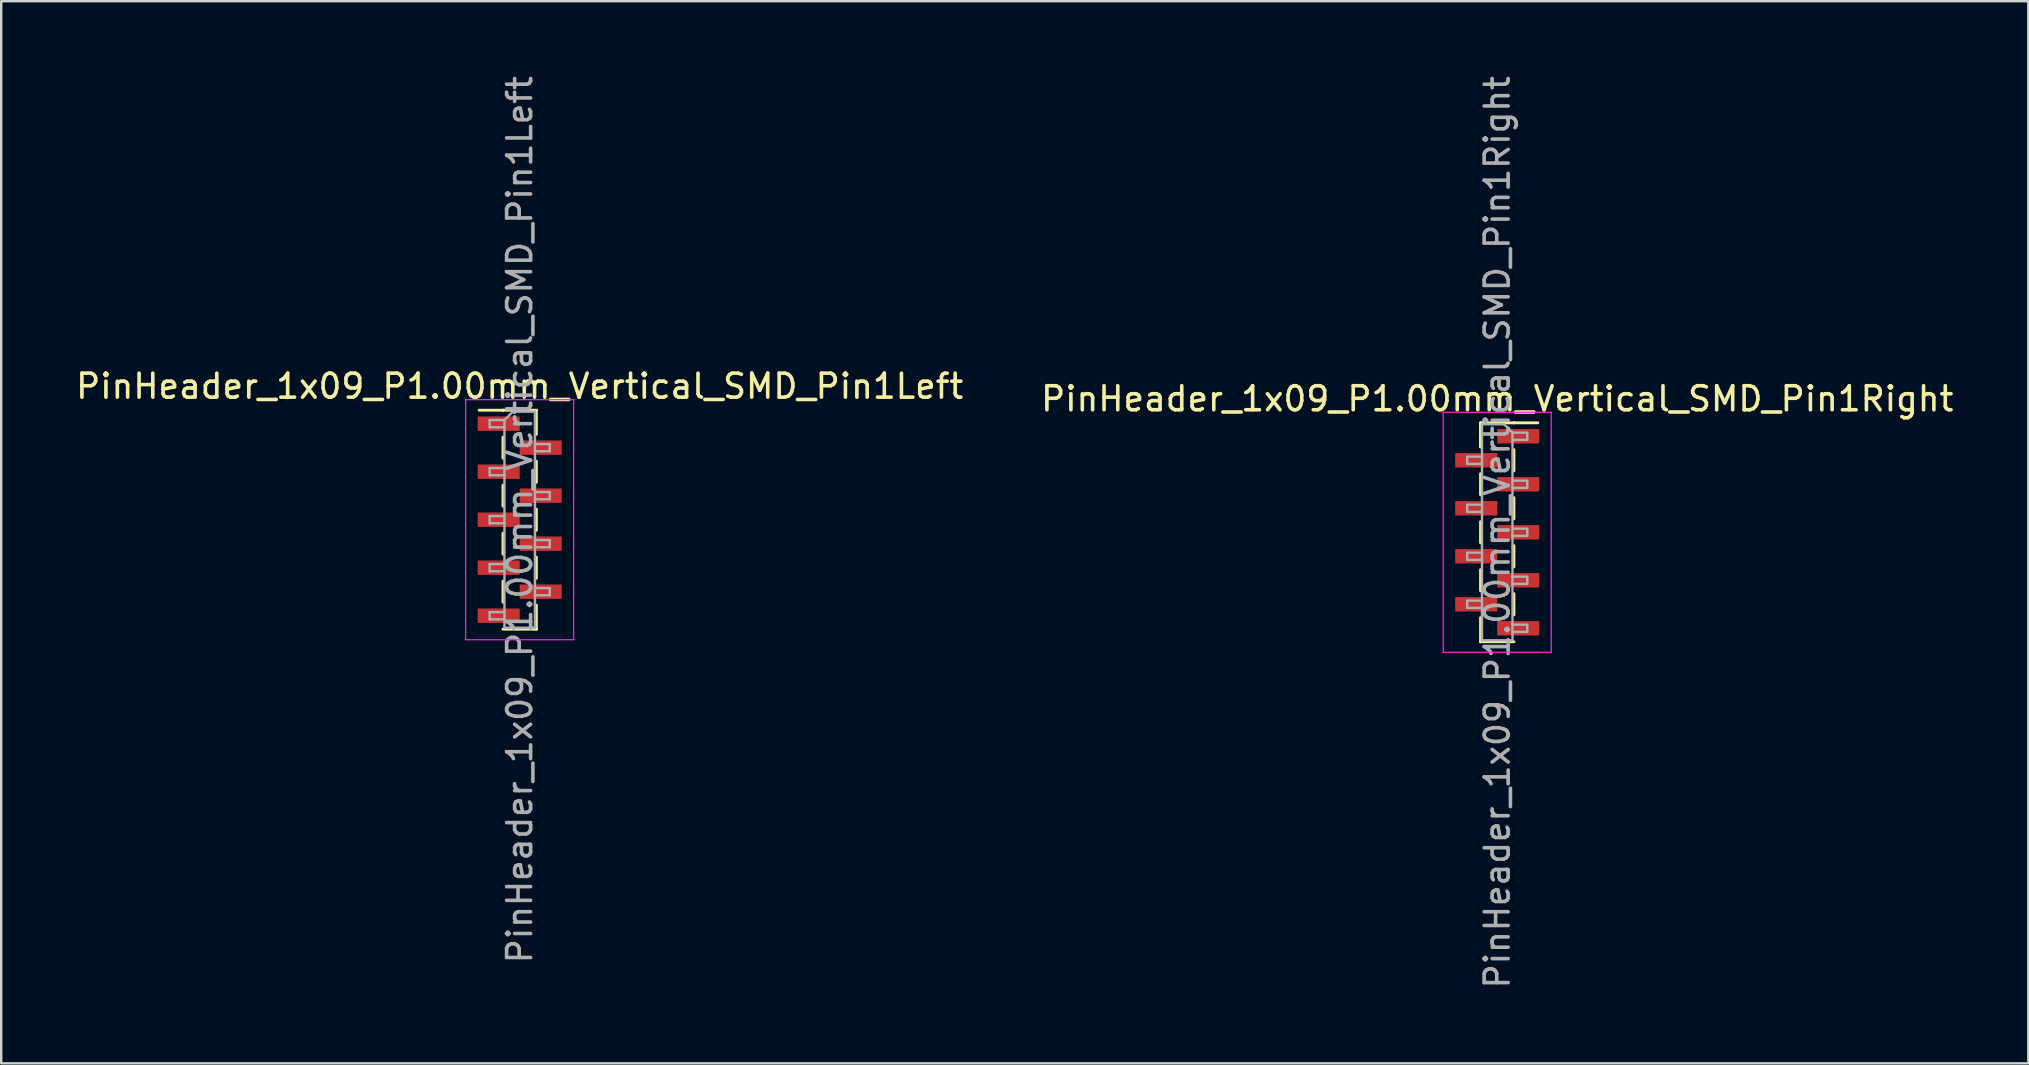
<source format=kicad_pcb>
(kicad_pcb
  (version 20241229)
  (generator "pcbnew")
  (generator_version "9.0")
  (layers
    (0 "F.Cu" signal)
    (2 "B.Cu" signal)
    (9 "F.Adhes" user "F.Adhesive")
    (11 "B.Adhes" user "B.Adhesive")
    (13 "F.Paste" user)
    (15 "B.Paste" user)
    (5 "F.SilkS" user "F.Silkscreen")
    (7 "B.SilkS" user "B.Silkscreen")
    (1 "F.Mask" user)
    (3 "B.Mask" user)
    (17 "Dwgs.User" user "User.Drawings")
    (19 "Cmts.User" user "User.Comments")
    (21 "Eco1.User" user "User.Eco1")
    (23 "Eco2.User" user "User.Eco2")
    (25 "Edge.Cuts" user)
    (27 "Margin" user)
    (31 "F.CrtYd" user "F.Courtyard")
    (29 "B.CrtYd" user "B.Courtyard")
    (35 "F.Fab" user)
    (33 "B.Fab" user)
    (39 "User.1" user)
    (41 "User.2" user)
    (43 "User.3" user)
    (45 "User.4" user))
  (footprint "PinHeader_1x09_P1.00mm_Vertical_SMD_Pin1Right"
    (layer "F.Cu")
    (at 59.327 19.125)
    (property "Reference" "PinHeader_1x09_P1.00mm_Vertical_SMD_Pin1Right" (at 0 -5.56 0) (layer "F.SilkS") (effects (font (size 1 1) (thickness 0.15))))
    (attr smd)
    (fp_line (start -0.695 -4.56) (end -0.695 -3.56) (stroke (width 0.12) (type solid)) (layer "F.SilkS"))
    (fp_line (start -0.695 -4.56) (end 0.695 -4.56) (stroke (width 0.12) (type solid)) (layer "F.SilkS"))
    (fp_line (start -0.695 -4.44) (end -0.695 -3.56) (stroke (width 0.12) (type solid)) (layer "F.SilkS"))
    (fp_line (start -0.695 -2.44) (end -0.695 -1.56) (stroke (width 0.12) (type solid)) (layer "F.SilkS"))
    (fp_line (start -0.695 -0.44) (end -0.695 0.44) (stroke (width 0.12) (type solid)) (layer "F.SilkS"))
    (fp_line (start -0.695 1.56) (end -0.695 2.44) (stroke (width 0.12) (type solid)) (layer "F.SilkS"))
    (fp_line (start -0.695 3.56) (end -0.695 4.56) (stroke (width 0.12) (type solid)) (layer "F.SilkS"))
    (fp_line (start -0.695 4.56) (end -0.695 4.56) (stroke (width 0.12) (type solid)) (layer "F.SilkS"))
    (fp_line (start -0.695 4.56) (end 0.695 4.56) (stroke (width 0.12) (type solid)) (layer "F.SilkS"))
    (fp_line (start 0.695 -4.56) (end 0.695 -4.56) (stroke (width 0.12) (type solid)) (layer "F.SilkS"))
    (fp_line (start 0.695 -4.56) (end 1.69 -4.56) (stroke (width 0.12) (type solid)) (layer "F.SilkS"))
    (fp_line (start 0.695 -3.44) (end 0.695 -2.56) (stroke (width 0.12) (type solid)) (layer "F.SilkS"))
    (fp_line (start 0.695 -1.44) (end 0.695 -0.56) (stroke (width 0.12) (type solid)) (layer "F.SilkS"))
    (fp_line (start 0.695 0.56) (end 0.695 1.44) (stroke (width 0.12) (type solid)) (layer "F.SilkS"))
    (fp_line (start 0.695 2.56) (end 0.695 3.44) (stroke (width 0.12) (type solid)) (layer "F.SilkS"))
    (fp_line (start -2.25 -5) (end -2.25 5) (stroke (width 0.05) (type solid)) (layer "F.CrtYd"))
    (fp_line (start -2.25 5) (end 2.25 5) (stroke (width 0.05) (type solid)) (layer "F.CrtYd"))
    (fp_line (start 2.25 -5) (end -2.25 -5) (stroke (width 0.05) (type solid)) (layer "F.CrtYd"))
    (fp_line (start 2.25 5) (end 2.25 -5) (stroke (width 0.05) (type solid)) (layer "F.CrtYd"))
    (fp_line (start -1.25 -3.15) (end -1.25 -2.85) (stroke (width 0.1) (type solid)) (layer "F.Fab"))
    (fp_line (start -1.25 -2.85) (end -0.635 -2.85) (stroke (width 0.1) (type solid)) (layer "F.Fab"))
    (fp_line (start -1.25 -1.15) (end -1.25 -0.85) (stroke (width 0.1) (type solid)) (layer "F.Fab"))
    (fp_line (start -1.25 -0.85) (end -0.635 -0.85) (stroke (width 0.1) (type solid)) (layer "F.Fab"))
    (fp_line (start -1.25 0.85) (end -1.25 1.15) (stroke (width 0.1) (type solid)) (layer "F.Fab"))
    (fp_line (start -1.25 1.15) (end -0.635 1.15) (stroke (width 0.1) (type solid)) (layer "F.Fab"))
    (fp_line (start -1.25 2.85) (end -1.25 3.15) (stroke (width 0.1) (type solid)) (layer "F.Fab"))
    (fp_line (start -1.25 3.15) (end -0.635 3.15) (stroke (width 0.1) (type solid)) (layer "F.Fab"))
    (fp_line (start -0.635 -4.5) (end -0.635 4.5) (stroke (width 0.1) (type solid)) (layer "F.Fab"))
    (fp_line (start -0.635 -4.5) (end 0.285 -4.5) (stroke (width 0.1) (type solid)) (layer "F.Fab"))
    (fp_line (start -0.635 -3.15) (end -1.25 -3.15) (stroke (width 0.1) (type solid)) (layer "F.Fab"))
    (fp_line (start -0.635 -1.15) (end -1.25 -1.15) (stroke (width 0.1) (type solid)) (layer "F.Fab"))
    (fp_line (start -0.635 0.85) (end -1.25 0.85) (stroke (width 0.1) (type solid)) (layer "F.Fab"))
    (fp_line (start -0.635 2.85) (end -1.25 2.85) (stroke (width 0.1) (type solid)) (layer "F.Fab"))
    (fp_line (start 0.635 -4.15) (end 0.285 -4.5) (stroke (width 0.1) (type solid)) (layer "F.Fab"))
    (fp_line (start 0.635 -4.15) (end 1.25 -4.15) (stroke (width 0.1) (type solid)) (layer "F.Fab"))
    (fp_line (start 0.635 -2.15) (end 1.25 -2.15) (stroke (width 0.1) (type solid)) (layer "F.Fab"))
    (fp_line (start 0.635 -0.15) (end 1.25 -0.15) (stroke (width 0.1) (type solid)) (layer "F.Fab"))
    (fp_line (start 0.635 1.85) (end 1.25 1.85) (stroke (width 0.1) (type solid)) (layer "F.Fab"))
    (fp_line (start 0.635 3.85) (end 1.25 3.85) (stroke (width 0.1) (type solid)) (layer "F.Fab"))
    (fp_line (start 0.635 4.5) (end -0.635 4.5) (stroke (width 0.1) (type solid)) (layer "F.Fab"))
    (fp_line (start 0.635 4.5) (end 0.635 -4.15) (stroke (width 0.1) (type solid)) (layer "F.Fab"))
    (fp_line (start 1.25 -4.15) (end 1.25 -3.85) (stroke (width 0.1) (type solid)) (layer "F.Fab"))
    (fp_line (start 1.25 -3.85) (end 0.635 -3.85) (stroke (width 0.1) (type solid)) (layer "F.Fab"))
    (fp_line (start 1.25 -2.15) (end 1.25 -1.85) (stroke (width 0.1) (type solid)) (layer "F.Fab"))
    (fp_line (start 1.25 -1.85) (end 0.635 -1.85) (stroke (width 0.1) (type solid)) (layer "F.Fab"))
    (fp_line (start 1.25 -0.15) (end 1.25 0.15) (stroke (width 0.1) (type solid)) (layer "F.Fab"))
    (fp_line (start 1.25 0.15) (end 0.635 0.15) (stroke (width 0.1) (type solid)) (layer "F.Fab"))
    (fp_line (start 1.25 1.85) (end 1.25 2.15) (stroke (width 0.1) (type solid)) (layer "F.Fab"))
    (fp_line (start 1.25 2.15) (end 0.635 2.15) (stroke (width 0.1) (type solid)) (layer "F.Fab"))
    (fp_line (start 1.25 3.85) (end 1.25 4.15) (stroke (width 0.1) (type solid)) (layer "F.Fab"))
    (fp_line (start 1.25 4.15) (end 0.635 4.15) (stroke (width 0.1) (type solid)) (layer "F.Fab"))
    (fp_text user "${REFERENCE}" (at 0 0 90) (layer "F.Fab") (effects (font (size 1 1) (thickness 0.15))))
    (pad "1" smd rect (at 0.875 -4) (size 1.75 0.6) (layers "F.Cu" "F.Mask" "F.Paste"))
    (pad "2" smd rect (at -0.875 -3) (size 1.75 0.6) (layers "F.Cu" "F.Mask" "F.Paste"))
    (pad "3" smd rect (at 0.875 -2) (size 1.75 0.6) (layers "F.Cu" "F.Mask" "F.Paste"))
    (pad "4" smd rect (at -0.875 -1) (size 1.75 0.6) (layers "F.Cu" "F.Mask" "F.Paste"))
    (pad "5" smd rect (at 0.875 0) (size 1.75 0.6) (layers "F.Cu" "F.Mask" "F.Paste"))
    (pad "6" smd rect (at -0.875 1) (size 1.75 0.6) (layers "F.Cu" "F.Mask" "F.Paste"))
    (pad "7" smd rect (at 0.875 2) (size 1.75 0.6) (layers "F.Cu" "F.Mask" "F.Paste"))
    (pad "8" smd rect (at -0.875 3) (size 1.75 0.6) (layers "F.Cu" "F.Mask" "F.Paste"))
    (pad "9" smd rect (at 0.875 4) (size 1.75 0.6) (layers "F.Cu" "F.Mask" "F.Paste")))
  (footprint "PinHeader_1x09_P1.00mm_Vertical_SMD_Pin1Left"
    (layer "F.Cu")
    (at 18.601 18.601)
    (property "Reference" "PinHeader_1x09_P1.00mm_Vertical_SMD_Pin1Left" (at 0 -5.56 0) (layer "F.SilkS") (effects (font (size 1 1) (thickness 0.15))))
    (attr smd)
    (fp_line (start -0.695 -4.56) (end -1.69 -4.56) (stroke (width 0.12) (type solid)) (layer "F.SilkS"))
    (fp_line (start -0.695 -4.56) (end -0.695 -4.56) (stroke (width 0.12) (type solid)) (layer "F.SilkS"))
    (fp_line (start -0.695 -4.56) (end 0.695 -4.56) (stroke (width 0.12) (type solid)) (layer "F.SilkS"))
    (fp_line (start -0.695 -3.44) (end -0.695 -2.56) (stroke (width 0.12) (type solid)) (layer "F.SilkS"))
    (fp_line (start -0.695 -1.44) (end -0.695 -0.56) (stroke (width 0.12) (type solid)) (layer "F.SilkS"))
    (fp_line (start -0.695 0.56) (end -0.695 1.44) (stroke (width 0.12) (type solid)) (layer "F.SilkS"))
    (fp_line (start -0.695 2.56) (end -0.695 3.44) (stroke (width 0.12) (type solid)) (layer "F.SilkS"))
    (fp_line (start -0.695 4.56) (end 0.695 4.56) (stroke (width 0.12) (type solid)) (layer "F.SilkS"))
    (fp_line (start 0.695 -4.56) (end 0.695 -3.56) (stroke (width 0.12) (type solid)) (layer "F.SilkS"))
    (fp_line (start 0.695 -2.44) (end 0.695 -1.56) (stroke (width 0.12) (type solid)) (layer "F.SilkS"))
    (fp_line (start 0.695 -0.44) (end 0.695 0.44) (stroke (width 0.12) (type solid)) (layer "F.SilkS"))
    (fp_line (start 0.695 1.56) (end 0.695 2.44) (stroke (width 0.12) (type solid)) (layer "F.SilkS"))
    (fp_line (start 0.695 3.56) (end 0.695 4.56) (stroke (width 0.12) (type solid)) (layer "F.SilkS"))
    (fp_line (start 0.695 4.56) (end 0.695 4.56) (stroke (width 0.12) (type solid)) (layer "F.SilkS"))
    (fp_line (start -2.25 -5) (end -2.25 5) (stroke (width 0.05) (type solid)) (layer "F.CrtYd"))
    (fp_line (start -2.25 5) (end 2.25 5) (stroke (width 0.05) (type solid)) (layer "F.CrtYd"))
    (fp_line (start 2.25 -5) (end -2.25 -5) (stroke (width 0.05) (type solid)) (layer "F.CrtYd"))
    (fp_line (start 2.25 5) (end 2.25 -5) (stroke (width 0.05) (type solid)) (layer "F.CrtYd"))
    (fp_line (start -1.25 -4.15) (end -1.25 -3.85) (stroke (width 0.1) (type solid)) (layer "F.Fab"))
    (fp_line (start -1.25 -3.85) (end -0.635 -3.85) (stroke (width 0.1) (type solid)) (layer "F.Fab"))
    (fp_line (start -1.25 -2.15) (end -1.25 -1.85) (stroke (width 0.1) (type solid)) (layer "F.Fab"))
    (fp_line (start -1.25 -1.85) (end -0.635 -1.85) (stroke (width 0.1) (type solid)) (layer "F.Fab"))
    (fp_line (start -1.25 -0.15) (end -1.25 0.15) (stroke (width 0.1) (type solid)) (layer "F.Fab"))
    (fp_line (start -1.25 0.15) (end -0.635 0.15) (stroke (width 0.1) (type solid)) (layer "F.Fab"))
    (fp_line (start -1.25 1.85) (end -1.25 2.15) (stroke (width 0.1) (type solid)) (layer "F.Fab"))
    (fp_line (start -1.25 2.15) (end -0.635 2.15) (stroke (width 0.1) (type solid)) (layer "F.Fab"))
    (fp_line (start -1.25 3.85) (end -1.25 4.15) (stroke (width 0.1) (type solid)) (layer "F.Fab"))
    (fp_line (start -1.25 4.15) (end -0.635 4.15) (stroke (width 0.1) (type solid)) (layer "F.Fab"))
    (fp_line (start -0.635 -4.15) (end -1.25 -4.15) (stroke (width 0.1) (type solid)) (layer "F.Fab"))
    (fp_line (start -0.635 -4.15) (end -0.285 -4.5) (stroke (width 0.1) (type solid)) (layer "F.Fab"))
    (fp_line (start -0.635 -2.15) (end -1.25 -2.15) (stroke (width 0.1) (type solid)) (layer "F.Fab"))
    (fp_line (start -0.635 -0.15) (end -1.25 -0.15) (stroke (width 0.1) (type solid)) (layer "F.Fab"))
    (fp_line (start -0.635 1.85) (end -1.25 1.85) (stroke (width 0.1) (type solid)) (layer "F.Fab"))
    (fp_line (start -0.635 3.85) (end -1.25 3.85) (stroke (width 0.1) (type solid)) (layer "F.Fab"))
    (fp_line (start -0.635 4.5) (end -0.635 -4.15) (stroke (width 0.1) (type solid)) (layer "F.Fab"))
    (fp_line (start -0.285 -4.5) (end 0.635 -4.5) (stroke (width 0.1) (type solid)) (layer "F.Fab"))
    (fp_line (start 0.635 -4.5) (end 0.635 4.5) (stroke (width 0.1) (type solid)) (layer "F.Fab"))
    (fp_line (start 0.635 -3.15) (end 1.25 -3.15) (stroke (width 0.1) (type solid)) (layer "F.Fab"))
    (fp_line (start 0.635 -1.15) (end 1.25 -1.15) (stroke (width 0.1) (type solid)) (layer "F.Fab"))
    (fp_line (start 0.635 0.85) (end 1.25 0.85) (stroke (width 0.1) (type solid)) (layer "F.Fab"))
    (fp_line (start 0.635 2.85) (end 1.25 2.85) (stroke (width 0.1) (type solid)) (layer "F.Fab"))
    (fp_line (start 0.635 4.5) (end -0.635 4.5) (stroke (width 0.1) (type solid)) (layer "F.Fab"))
    (fp_line (start 1.25 -3.15) (end 1.25 -2.85) (stroke (width 0.1) (type solid)) (layer "F.Fab"))
    (fp_line (start 1.25 -2.85) (end 0.635 -2.85) (stroke (width 0.1) (type solid)) (layer "F.Fab"))
    (fp_line (start 1.25 -1.15) (end 1.25 -0.85) (stroke (width 0.1) (type solid)) (layer "F.Fab"))
    (fp_line (start 1.25 -0.85) (end 0.635 -0.85) (stroke (width 0.1) (type solid)) (layer "F.Fab"))
    (fp_line (start 1.25 0.85) (end 1.25 1.15) (stroke (width 0.1) (type solid)) (layer "F.Fab"))
    (fp_line (start 1.25 1.15) (end 0.635 1.15) (stroke (width 0.1) (type solid)) (layer "F.Fab"))
    (fp_line (start 1.25 2.85) (end 1.25 3.15) (stroke (width 0.1) (type solid)) (layer "F.Fab"))
    (fp_line (start 1.25 3.15) (end 0.635 3.15) (stroke (width 0.1) (type solid)) (layer "F.Fab"))
    (fp_text user "${REFERENCE}" (at 0 0 90) (layer "F.Fab") (effects (font (size 1 1) (thickness 0.15))))
    (pad "1" smd rect (at -0.875 -4) (size 1.75 0.6) (layers "F.Cu" "F.Mask" "F.Paste"))
    (pad "2" smd rect (at 0.875 -3) (size 1.75 0.6) (layers "F.Cu" "F.Mask" "F.Paste"))
    (pad "3" smd rect (at -0.875 -2) (size 1.75 0.6) (layers "F.Cu" "F.Mask" "F.Paste"))
    (pad "4" smd rect (at 0.875 -1) (size 1.75 0.6) (layers "F.Cu" "F.Mask" "F.Paste"))
    (pad "5" smd rect (at -0.875 0) (size 1.75 0.6) (layers "F.Cu" "F.Mask" "F.Paste"))
    (pad "6" smd rect (at 0.875 1) (size 1.75 0.6) (layers "F.Cu" "F.Mask" "F.Paste"))
    (pad "7" smd rect (at -0.875 2) (size 1.75 0.6) (layers "F.Cu" "F.Mask" "F.Paste"))
    (pad "8" smd rect (at 0.875 3) (size 1.75 0.6) (layers "F.Cu" "F.Mask" "F.Paste"))
    (pad "9" smd rect (at -0.875 4) (size 1.75 0.6) (layers "F.Cu" "F.Mask" "F.Paste")))
  (gr_rect
    (start -3 -3)
    (end 81.452 41.25)
    (stroke (width 0.1) (type default))
    (fill no)
    (layer "Edge.Cuts")))
</source>
